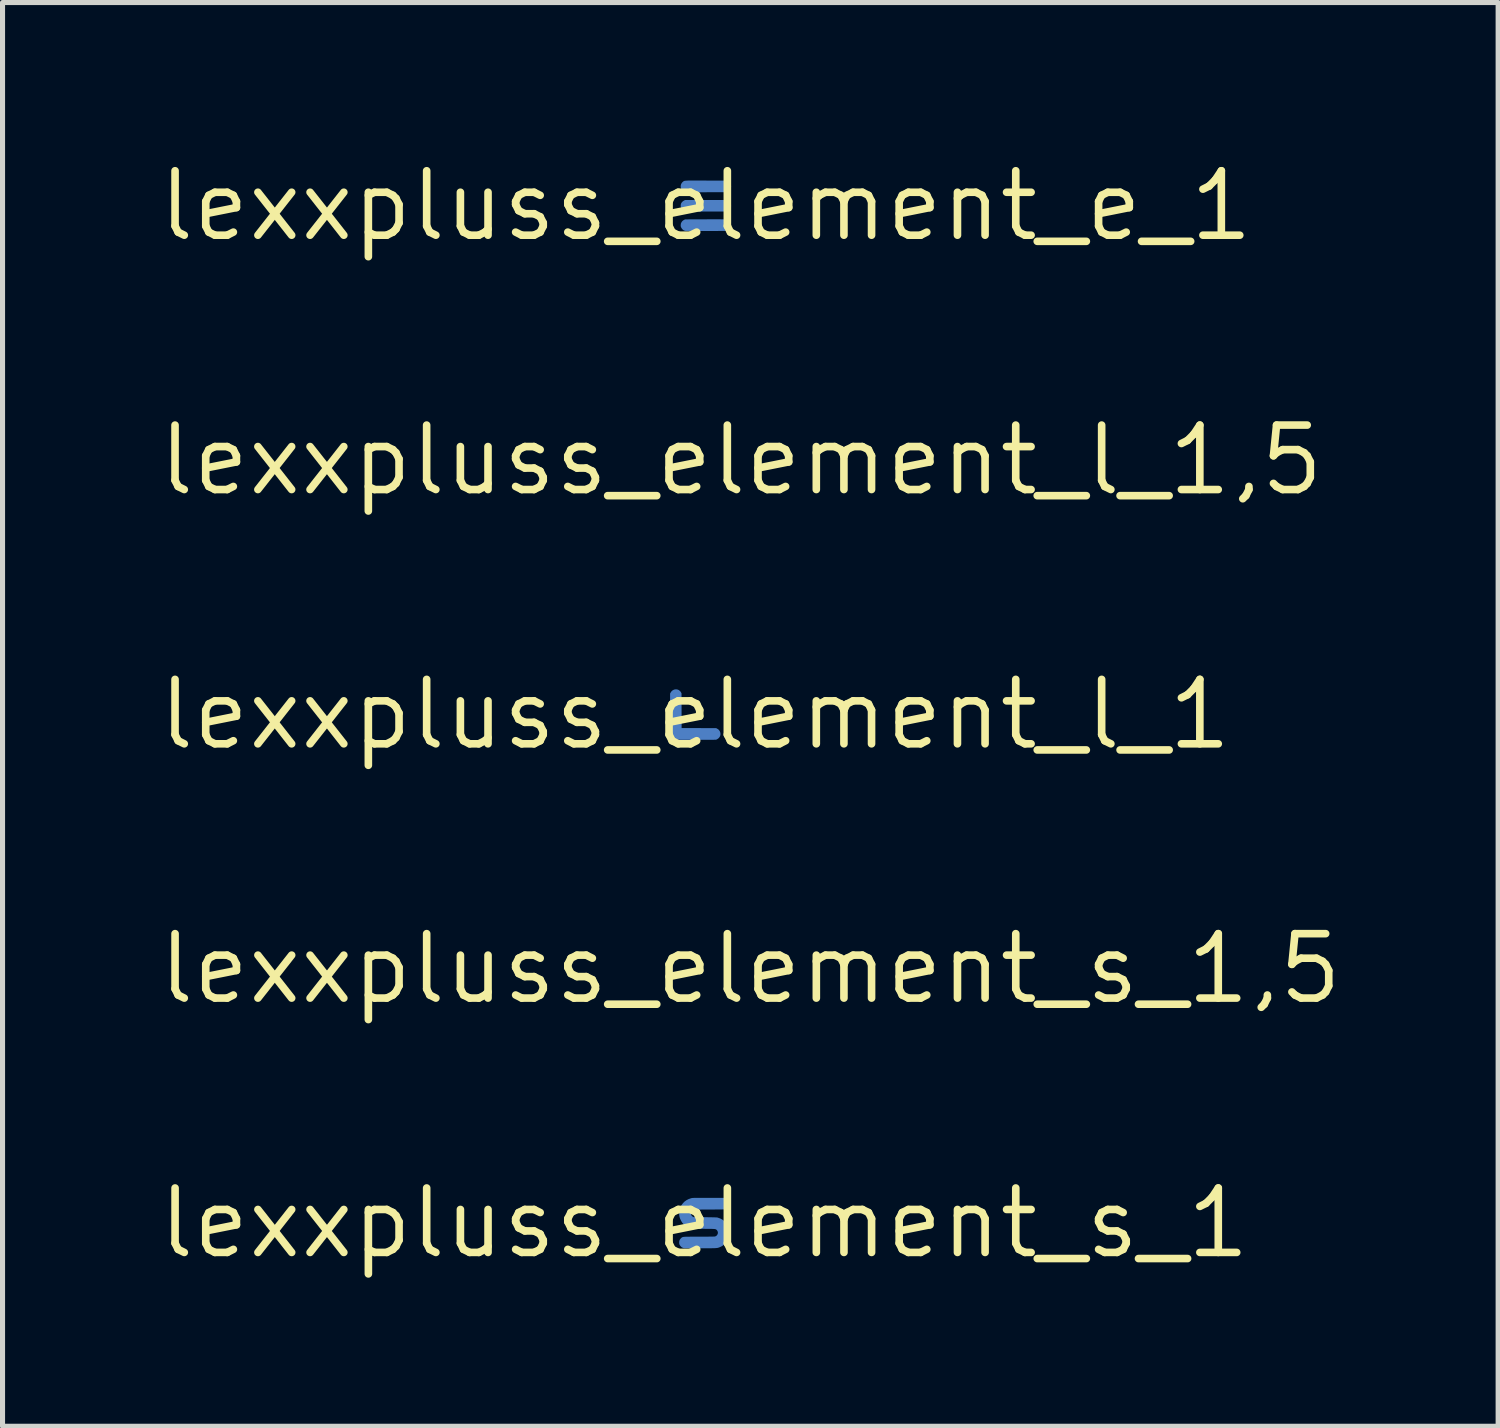
<source format=kicad_pcb>
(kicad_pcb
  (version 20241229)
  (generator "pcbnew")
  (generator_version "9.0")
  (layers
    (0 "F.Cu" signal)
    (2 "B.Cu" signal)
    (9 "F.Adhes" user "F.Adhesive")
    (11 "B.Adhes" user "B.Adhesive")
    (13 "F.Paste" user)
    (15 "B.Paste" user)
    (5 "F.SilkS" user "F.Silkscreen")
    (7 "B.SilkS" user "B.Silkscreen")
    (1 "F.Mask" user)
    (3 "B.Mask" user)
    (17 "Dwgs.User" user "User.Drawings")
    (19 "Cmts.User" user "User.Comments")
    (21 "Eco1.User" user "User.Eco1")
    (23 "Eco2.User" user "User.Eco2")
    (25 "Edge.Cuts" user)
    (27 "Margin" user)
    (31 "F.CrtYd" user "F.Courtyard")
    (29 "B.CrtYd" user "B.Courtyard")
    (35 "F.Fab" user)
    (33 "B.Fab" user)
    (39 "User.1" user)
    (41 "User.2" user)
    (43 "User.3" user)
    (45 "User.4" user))
  (footprint "lexxpluss_element_l_1,5"
    (layer "F.Cu")
    (at 11.558 6.019)
    (property "Reference" "lexxpluss_element_l_1,5" (at 0 0 0) (layer "F.SilkS") (effects (font (size 1.27 1.27) (thickness 0.15))))
    (attr board_only exclude_from_pos_files exclude_from_bom)
    (fp_poly (pts (xy -0.313 -0.741) (xy -0.247 -0.741) (xy -0.172 -0.741) (xy -0.087 -0.741) (xy 0.009 -0.741) (xy 0.01 -0.741) (xy 0.623 -0.739) (xy 0.651 -0.724) (xy 0.686 -0.7) (xy 0.716 -0.667) (xy 0.732 -0.642) (xy 0.741 -0.615) (xy 0.745 -0.581) (xy 0.744 -0.547) (xy 0.738 -0.514) (xy 0.731 -0.496) (xy 0.709 -0.461) (xy 0.679 -0.432) (xy 0.652 -0.414) (xy 0.628 -0.401) (xy 0.115 -0.4) (xy -0.398 -0.398) (xy -0.4 0.109) (xy -0.401 0.617) (xy -0.416 0.648) (xy -0.439 0.685) (xy -0.469 0.715) (xy -0.501 0.734) (xy -0.532 0.745) (xy -0.566 0.75) (xy -0.598 0.749) (xy -0.61 0.747) (xy -0.652 0.731) (xy -0.687 0.706) (xy -0.716 0.673) (xy -0.73 0.648) (xy -0.745 0.617) (xy -0.745 0.003) (xy -0.745 -0.612) (xy -0.729 -0.643) (xy -0.706 -0.678) (xy -0.675 -0.707) (xy -0.639 -0.728) (xy -0.633 -0.731) (xy -0.628 -0.732) (xy -0.623 -0.734) (xy -0.617 -0.735) (xy -0.609 -0.737) (xy -0.6 -0.738) (xy -0.588 -0.739) (xy -0.572 -0.739) (xy -0.552 -0.74) (xy -0.528 -0.74) (xy -0.498 -0.741) (xy -0.462 -0.741) (xy -0.42 -0.741) (xy -0.37 -0.741)) (stroke (width 0) (type solid)) (fill yes) (layer "In2.Cu")))
  (footprint "lexxpluss_element_l_1"
    (layer "F.Cu")
    (at 10.651 11.031)
    (property "Reference" "lexxpluss_element_l_1" (at 0 0 0) (layer "F.SilkS") (effects (font (size 1.27 1.27) (thickness 0.15))))
    (attr board_only exclude_from_pos_files exclude_from_bom)
    (fp_poly (pts (xy -0.35 -0.491) (xy -0.326 -0.482) (xy -0.305 -0.467) (xy -0.286 -0.447) (xy -0.279 -0.435) (xy -0.268 -0.415) (xy -0.267 -0.073) (xy -0.266 0.269) (xy 0.075 0.27) (xy 0.415 0.271) (xy 0.432 0.28) (xy 0.455 0.294) (xy 0.472 0.31) (xy 0.486 0.332) (xy 0.488 0.335) (xy 0.497 0.362) (xy 0.5 0.389) (xy 0.496 0.416) (xy 0.491 0.43) (xy 0.479 0.45) (xy 0.463 0.469) (xy 0.443 0.484) (xy 0.43 0.492) (xy 0.411 0.5) (xy 0.011 0.501) (xy -0.054 0.501) (xy -0.111 0.501) (xy -0.162 0.501) (xy -0.207 0.501) (xy -0.246 0.501) (xy -0.28 0.501) (xy -0.309 0.5) (xy -0.333 0.5) (xy -0.353 0.5) (xy -0.369 0.499) (xy -0.382 0.499) (xy -0.393 0.498) (xy -0.4 0.498) (xy -0.406 0.497) (xy -0.409 0.496) (xy -0.436 0.485) (xy -0.459 0.469) (xy -0.477 0.447) (xy -0.487 0.425) (xy -0.488 0.422) (xy -0.489 0.418) (xy -0.49 0.414) (xy -0.491 0.409) (xy -0.492 0.402) (xy -0.492 0.394) (xy -0.493 0.383) (xy -0.493 0.369) (xy -0.494 0.353) (xy -0.494 0.332) (xy -0.494 0.307) (xy -0.494 0.278) (xy -0.494 0.245) (xy -0.494 0.205) (xy -0.494 0.16) (xy -0.494 0.109) (xy -0.494 0.052) (xy -0.494 -0.003) (xy -0.493 -0.411) (xy -0.484 -0.428) (xy -0.468 -0.452) (xy -0.448 -0.471) (xy -0.425 -0.484) (xy -0.401 -0.492) (xy -0.375 -0.494)) (stroke (width 0) (type solid)) (fill yes) (layer "B.Cu")))
  (footprint "lexxpluss_element_e_1"
    (layer "F.Cu")
    (at 10.863 1.006)
    (property "Reference" "lexxpluss_element_e_1" (at 0 0 0) (layer "F.SilkS") (effects (font (size 1.27 1.27) (thickness 0.15))))
    (attr board_only exclude_from_pos_files exclude_from_bom)
    (fp_poly (pts (xy 0.244 0.266) (xy 0.277 0.266) (xy 0.306 0.267) (xy 0.33 0.267) (xy 0.35 0.267) (xy 0.366 0.267) (xy 0.379 0.268) (xy 0.39 0.268) (xy 0.398 0.269) (xy 0.404 0.27) (xy 0.409 0.271) (xy 0.411 0.271) (xy 0.437 0.281) (xy 0.459 0.296) (xy 0.476 0.315) (xy 0.488 0.337) (xy 0.495 0.36) (xy 0.498 0.385) (xy 0.494 0.409) (xy 0.486 0.433) (xy 0.473 0.454) (xy 0.453 0.473) (xy 0.432 0.486) (xy 0.411 0.496) (xy 0.007 0.497) (xy -0.047 0.497) (xy -0.099 0.497) (xy -0.149 0.497) (xy -0.196 0.497) (xy -0.239 0.497) (xy -0.279 0.497) (xy -0.314 0.496) (xy -0.345 0.496) (xy -0.37 0.496) (xy -0.389 0.496) (xy -0.402 0.495) (xy -0.408 0.495) (xy -0.408 0.495) (xy -0.435 0.485) (xy -0.458 0.468) (xy -0.476 0.446) (xy -0.484 0.433) (xy -0.491 0.418) (xy -0.495 0.405) (xy -0.496 0.391) (xy -0.496 0.382) (xy -0.493 0.353) (xy -0.482 0.327) (xy -0.466 0.304) (xy -0.444 0.286) (xy -0.428 0.277) (xy -0.408 0.268) (xy -0.01 0.267) (xy 0.054 0.266) (xy 0.111 0.266) (xy 0.161 0.266) (xy 0.206 0.266)) (stroke (width 0) (type solid)) (fill yes) (layer "B.Cu"))
    (fp_poly (pts (xy -0.184 -0.498) (xy -0.135 -0.498) (xy -0.079 -0.498) (xy -0.017 -0.497) (xy 0.008 -0.497) (xy 0.411 -0.496) (xy 0.429 -0.488) (xy 0.45 -0.476) (xy 0.469 -0.458) (xy 0.483 -0.439) (xy 0.488 -0.431) (xy 0.495 -0.406) (xy 0.497 -0.38) (xy 0.494 -0.353) (xy 0.486 -0.331) (xy 0.472 -0.31) (xy 0.453 -0.292) (xy 0.429 -0.277) (xy 0.428 -0.277) (xy 0.408 -0.268) (xy 0.009 -0.267) (xy -0.045 -0.267) (xy -0.097 -0.267) (xy -0.146 -0.267) (xy -0.193 -0.267) (xy -0.237 -0.267) (xy -0.276 -0.267) (xy -0.312 -0.268) (xy -0.342 -0.268) (xy -0.367 -0.268) (xy -0.386 -0.269) (xy -0.399 -0.269) (xy -0.405 -0.269) (xy -0.405 -0.269) (xy -0.431 -0.278) (xy -0.454 -0.293) (xy -0.473 -0.313) (xy -0.487 -0.337) (xy -0.496 -0.364) (xy -0.496 -0.369) (xy -0.496 -0.393) (xy -0.491 -0.418) (xy -0.48 -0.442) (xy -0.464 -0.463) (xy -0.449 -0.476) (xy -0.445 -0.48) (xy -0.44 -0.483) (xy -0.436 -0.485) (xy -0.431 -0.488) (xy -0.426 -0.49) (xy -0.419 -0.491) (xy -0.41 -0.493) (xy -0.399 -0.494) (xy -0.386 -0.495) (xy -0.37 -0.496) (xy -0.35 -0.497) (xy -0.326 -0.497) (xy -0.298 -0.497) (xy -0.265 -0.498) (xy -0.228 -0.498)) (stroke (width 0) (type solid)) (fill yes) (layer "B.Cu"))
    (fp_poly (pts (xy 0.062 -0.114) (xy 0.119 -0.114) (xy 0.169 -0.114) (xy 0.213 -0.114) (xy 0.251 -0.114) (xy 0.284 -0.114) (xy 0.313 -0.114) (xy 0.336 -0.114) (xy 0.356 -0.113) (xy 0.372 -0.113) (xy 0.386 -0.113) (xy 0.396 -0.112) (xy 0.404 -0.111) (xy 0.411 -0.111) (xy 0.416 -0.11) (xy 0.42 -0.109) (xy 0.423 -0.108) (xy 0.425 -0.107) (xy 0.447 -0.095) (xy 0.467 -0.078) (xy 0.483 -0.056) (xy 0.486 -0.051) (xy 0.491 -0.04) (xy 0.494 -0.029) (xy 0.496 -0.017) (xy 0.496 -0.001) (xy 0.496 0) (xy 0.496 0.017) (xy 0.494 0.029) (xy 0.491 0.039) (xy 0.486 0.05) (xy 0.486 0.05) (xy 0.474 0.069) (xy 0.457 0.086) (xy 0.438 0.1) (xy 0.42 0.109) (xy 0.42 0.109) (xy 0.416 0.11) (xy 0.411 0.111) (xy 0.404 0.111) (xy 0.395 0.112) (xy 0.383 0.112) (xy 0.368 0.113) (xy 0.349 0.113) (xy 0.327 0.113) (xy 0.3 0.114) (xy 0.269 0.114) (xy 0.232 0.114) (xy 0.19 0.114) (xy 0.142 0.114) (xy 0.088 0.114) (xy 0.027 0.114) (xy -0.002 0.114) (xy -0.056 0.114) (xy -0.108 0.114) (xy -0.157 0.114) (xy -0.204 0.114) (xy -0.247 0.113) (xy -0.287 0.113) (xy -0.322 0.113) (xy -0.352 0.112) (xy -0.376 0.112) (xy -0.395 0.112) (xy -0.408 0.111) (xy -0.413 0.111) (xy -0.413 0.111) (xy -0.439 0.099) (xy -0.462 0.082) (xy -0.48 0.06) (xy -0.488 0.045) (xy -0.494 0.025) (xy -0.496 0.002) (xy -0.495 -0.021) (xy -0.49 -0.042) (xy -0.488 -0.045) (xy -0.474 -0.069) (xy -0.453 -0.089) (xy -0.43 -0.104) (xy -0.408 -0.114) (xy -0.001 -0.114)) (stroke (width 0) (type solid)) (fill yes) (layer "B.Cu")))
  (footprint "lexxpluss_element_s_1"
    (layer "F.Cu")
    (at 10.833 21.056)
    (property "Reference" "lexxpluss_element_s_1" (at 0 0 0) (layer "F.SilkS") (effects (font (size 1.27 1.27) (thickness 0.15))))
    (attr board_only exclude_from_pos_files exclude_from_bom)
    (fp_poly (pts (xy 0.428 -0.487) (xy 0.453 -0.472) (xy 0.472 -0.455) (xy 0.486 -0.433) (xy 0.486 -0.432) (xy 0.492 -0.42) (xy 0.495 -0.408) (xy 0.496 -0.395) (xy 0.496 -0.382) (xy 0.496 -0.365) (xy 0.494 -0.352) (xy 0.49 -0.341) (xy 0.486 -0.332) (xy 0.47 -0.308) (xy 0.449 -0.288) (xy 0.429 -0.275) (xy 0.425 -0.274) (xy 0.422 -0.273) (xy 0.418 -0.272) (xy 0.413 -0.271) (xy 0.406 -0.27) (xy 0.398 -0.269) (xy 0.386 -0.269) (xy 0.372 -0.268) (xy 0.354 -0.268) (xy 0.332 -0.267) (xy 0.305 -0.267) (xy 0.274 -0.267) (xy 0.236 -0.267) (xy 0.193 -0.266) (xy 0.144 -0.266) (xy 0.097 -0.266) (xy -0.217 -0.264) (xy -0.233 -0.253) (xy -0.25 -0.237) (xy -0.261 -0.217) (xy -0.265 -0.195) (xy -0.265 -0.186) (xy -0.26 -0.163) (xy -0.25 -0.144) (xy -0.233 -0.128) (xy -0.228 -0.125) (xy -0.212 -0.116) (xy 0.017 -0.114) (xy 0.064 -0.114) (xy 0.105 -0.113) (xy 0.139 -0.113) (xy 0.168 -0.112) (xy 0.192 -0.112) (xy 0.211 -0.111) (xy 0.227 -0.111) (xy 0.239 -0.11) (xy 0.249 -0.109) (xy 0.256 -0.108) (xy 0.262 -0.107) (xy 0.267 -0.106) (xy 0.268 -0.105) (xy 0.315 -0.088) (xy 0.358 -0.065) (xy 0.395 -0.037) (xy 0.428 -0.003) (xy 0.455 0.035) (xy 0.476 0.078) (xy 0.489 0.118) (xy 0.494 0.14) (xy 0.496 0.167) (xy 0.496 0.197) (xy 0.495 0.226) (xy 0.492 0.253) (xy 0.488 0.271) (xy 0.471 0.317) (xy 0.449 0.358) (xy 0.421 0.395) (xy 0.388 0.427) (xy 0.351 0.454) (xy 0.31 0.474) (xy 0.305 0.476) (xy 0.295 0.48) (xy 0.286 0.483) (xy 0.278 0.486) (xy 0.269 0.489) (xy 0.259 0.491) (xy 0.248 0.492) (xy 0.235 0.494) (xy 0.22 0.495) (xy 0.202 0.496) (xy 0.18 0.497) (xy 0.155 0.497) (xy 0.125 0.498) (xy 0.09 0.498) (xy 0.05 0.498) (xy 0.003 0.498) (xy -0.049 0.498) (xy -0.092 0.498) (xy -0.147 0.498) (xy -0.195 0.498) (xy -0.237 0.498) (xy -0.273 0.498) (xy -0.304 0.498) (xy -0.33 0.497) (xy -0.351 0.497) (xy -0.369 0.497) (xy -0.383 0.496) (xy -0.394 0.496) (xy -0.402 0.495) (xy -0.409 0.494) (xy -0.414 0.493) (xy -0.418 0.492) (xy -0.422 0.491) (xy -0.423 0.49) (xy -0.447 0.478) (xy -0.467 0.459) (xy -0.483 0.437) (xy -0.486 0.433) (xy -0.492 0.419) (xy -0.495 0.406) (xy -0.496 0.391) (xy -0.496 0.384) (xy -0.494 0.356) (xy -0.486 0.333) (xy -0.472 0.313) (xy -0.459 0.299) (xy -0.454 0.294) (xy -0.449 0.289) (xy -0.444 0.286) (xy -0.438 0.282) (xy -0.432 0.279) (xy -0.425 0.277) (xy -0.416 0.275) (xy -0.404 0.273) (xy -0.389 0.272) (xy -0.371 0.271) (xy -0.35 0.27) (xy -0.323 0.27) (xy -0.292 0.27) (xy -0.256 0.269) (xy -0.214 0.269) (xy -0.165 0.269) (xy -0.11 0.269) (xy -0.105 0.269) (xy -0.059 0.269) (xy -0.014 0.269) (xy 0.028 0.269) (xy 0.068 0.269) (xy 0.103 0.268) (xy 0.135 0.268) (xy 0.161 0.268) (xy 0.182 0.267) (xy 0.198 0.267) (xy 0.206 0.266) (xy 0.208 0.266) (xy 0.229 0.258) (xy 0.245 0.245) (xy 0.257 0.228) (xy 0.265 0.209) (xy 0.267 0.188) (xy 0.263 0.168) (xy 0.253 0.149) (xy 0.247 0.141) (xy 0.242 0.136) (xy 0.238 0.132) (xy 0.234 0.129) (xy 0.229 0.126) (xy 0.222 0.123) (xy 0.214 0.121) (xy 0.204 0.119) (xy 0.19 0.118) (xy 0.173 0.117) (xy 0.152 0.116) (xy 0.126 0.116) (xy 0.095 0.115) (xy 0.058 0.115) (xy 0.015 0.115) (xy -0.022 0.114) (xy -0.069 0.114) (xy -0.109 0.114) (xy -0.143 0.113) (xy -0.172 0.113) (xy -0.195 0.112) (xy -0.214 0.112) (xy -0.229 0.111) (xy -0.242 0.111) (xy -0.251 0.11) (xy -0.259 0.109) (xy -0.265 0.108) (xy -0.27 0.106) (xy -0.275 0.105) (xy -0.279 0.104) (xy -0.325 0.085) (xy -0.366 0.06) (xy -0.402 0.03) (xy -0.434 -0.004) (xy -0.459 -0.044) (xy -0.479 -0.087) (xy -0.489 -0.12) (xy -0.493 -0.144) (xy -0.496 -0.172) (xy -0.496 -0.202) (xy -0.494 -0.231) (xy -0.49 -0.257) (xy -0.488 -0.266) (xy -0.472 -0.312) (xy -0.45 -0.353) (xy -0.422 -0.39) (xy -0.39 -0.423) (xy -0.352 -0.45) (xy -0.31 -0.472) (xy -0.265 -0.487) (xy -0.256 -0.49) (xy -0.25 -0.491) (xy -0.244 -0.492) (xy -0.237 -0.493) (xy -0.229 -0.494) (xy -0.218 -0.494) (xy -0.206 -0.495) (xy -0.19 -0.495) (xy -0.17 -0.496) (xy -0.147 -0.496) (xy -0.119 -0.496) (xy -0.086 -0.496) (xy -0.048 -0.496) (xy -0.004 -0.496) (xy 0.047 -0.496) (xy 0.09 -0.496) (xy 0.408 -0.496)) (stroke (width 0) (type solid)) (fill yes) (layer "B.Cu")))
  (footprint "lexxpluss_element_s_1,5"
    (layer "F.Cu")
    (at 11.74 16.043)
    (property "Reference" "lexxpluss_element_s_1,5" (at 0 0 0) (layer "F.SilkS") (effects (font (size 1.27 1.27) (thickness 0.15))))
    (attr board_only exclude_from_pos_files exclude_from_bom)
    (fp_poly (pts (xy 0.642 -0.73) (xy 0.679 -0.709) (xy 0.708 -0.682) (xy 0.729 -0.65) (xy 0.729 -0.649) (xy 0.738 -0.63) (xy 0.742 -0.612) (xy 0.744 -0.592) (xy 0.745 -0.573) (xy 0.744 -0.548) (xy 0.741 -0.528) (xy 0.736 -0.511) (xy 0.729 -0.497) (xy 0.706 -0.462) (xy 0.674 -0.432) (xy 0.643 -0.413) (xy 0.638 -0.411) (xy 0.633 -0.409) (xy 0.627 -0.408) (xy 0.62 -0.406) (xy 0.61 -0.405) (xy 0.597 -0.404) (xy 0.58 -0.403) (xy 0.558 -0.402) (xy 0.531 -0.402) (xy 0.498 -0.401) (xy 0.458 -0.401) (xy 0.41 -0.4) (xy 0.355 -0.4) (xy 0.29 -0.399) (xy 0.215 -0.399) (xy 0.146 -0.399) (xy -0.326 -0.396) (xy -0.349 -0.379) (xy -0.375 -0.355) (xy -0.391 -0.326) (xy -0.398 -0.292) (xy -0.397 -0.279) (xy -0.391 -0.244) (xy -0.375 -0.215) (xy -0.35 -0.193) (xy -0.342 -0.188) (xy -0.318 -0.174) (xy 0.025 -0.171) (xy 0.096 -0.171) (xy 0.157 -0.17) (xy 0.209 -0.169) (xy 0.252 -0.169) (xy 0.288 -0.168) (xy 0.317 -0.167) (xy 0.34 -0.166) (xy 0.359 -0.165) (xy 0.373 -0.164) (xy 0.384 -0.162) (xy 0.393 -0.16) (xy 0.401 -0.158) (xy 0.401 -0.158) (xy 0.472 -0.132) (xy 0.536 -0.097) (xy 0.593 -0.055) (xy 0.641 -0.005) (xy 0.682 0.053) (xy 0.714 0.118) (xy 0.734 0.177) (xy 0.741 0.211) (xy 0.744 0.251) (xy 0.745 0.295) (xy 0.743 0.339) (xy 0.738 0.379) (xy 0.732 0.407) (xy 0.707 0.475) (xy 0.673 0.537) (xy 0.632 0.592) (xy 0.583 0.64) (xy 0.527 0.68) (xy 0.465 0.712) (xy 0.457 0.715) (xy 0.443 0.72) (xy 0.429 0.725) (xy 0.416 0.729) (xy 0.403 0.733) (xy 0.388 0.736) (xy 0.372 0.739) (xy 0.352 0.741) (xy 0.329 0.743) (xy 0.302 0.744) (xy 0.27 0.745) (xy 0.232 0.746) (xy 0.187 0.747) (xy 0.135 0.747) (xy 0.074 0.747) (xy 0.005 0.747) (xy -0.074 0.747) (xy -0.138 0.747) (xy -0.22 0.747) (xy -0.293 0.747) (xy -0.356 0.747) (xy -0.41 0.747) (xy -0.456 0.746) (xy -0.495 0.746) (xy -0.527 0.746) (xy -0.553 0.745) (xy -0.574 0.744) (xy -0.591 0.744) (xy -0.603 0.743) (xy -0.613 0.741) (xy -0.621 0.74) (xy -0.627 0.738) (xy -0.633 0.737) (xy -0.635 0.736) (xy -0.67 0.717) (xy -0.701 0.689) (xy -0.725 0.656) (xy -0.729 0.649) (xy -0.738 0.628) (xy -0.742 0.609) (xy -0.744 0.586) (xy -0.744 0.576) (xy -0.74 0.535) (xy -0.729 0.5) (xy -0.708 0.469) (xy -0.689 0.449) (xy -0.68 0.441) (xy -0.673 0.434) (xy -0.666 0.428) (xy -0.658 0.423) (xy -0.649 0.419) (xy -0.637 0.415) (xy -0.623 0.412) (xy -0.606 0.41) (xy -0.584 0.408) (xy -0.557 0.407) (xy -0.524 0.406) (xy -0.485 0.405) (xy -0.439 0.404) (xy -0.384 0.404) (xy -0.321 0.404) (xy -0.248 0.404) (xy -0.165 0.404) (xy -0.158 0.404) (xy -0.088 0.404) (xy -0.021 0.404) (xy 0.043 0.403) (xy 0.101 0.403) (xy 0.155 0.403) (xy 0.202 0.402) (xy 0.242 0.401) (xy 0.274 0.401) (xy 0.296 0.4) (xy 0.309 0.399) (xy 0.312 0.399) (xy 0.343 0.387) (xy 0.368 0.367) (xy 0.386 0.342) (xy 0.397 0.313) (xy 0.4 0.282) (xy 0.394 0.252) (xy 0.379 0.223) (xy 0.37 0.212) (xy 0.363 0.205) (xy 0.357 0.198) (xy 0.35 0.193) (xy 0.343 0.188) (xy 0.333 0.185) (xy 0.321 0.182) (xy 0.305 0.179) (xy 0.285 0.177) (xy 0.26 0.176) (xy 0.228 0.175) (xy 0.189 0.174) (xy 0.142 0.173) (xy 0.087 0.172) (xy 0.022 0.172) (xy -0.033 0.171) (xy -0.104 0.171) (xy -0.164 0.17) (xy -0.215 0.17) (xy -0.258 0.169) (xy -0.293 0.169) (xy -0.321 0.168) (xy -0.344 0.167) (xy -0.362 0.166) (xy -0.377 0.165) (xy -0.388 0.163) (xy -0.397 0.162) (xy -0.405 0.16) (xy -0.413 0.157) (xy -0.418 0.156) (xy -0.487 0.127) (xy -0.549 0.09) (xy -0.604 0.046) (xy -0.65 -0.007) (xy -0.689 -0.066) (xy -0.719 -0.131) (xy -0.734 -0.18) (xy -0.74 -0.215) (xy -0.744 -0.257) (xy -0.744 -0.303) (xy -0.741 -0.347) (xy -0.735 -0.386) (xy -0.732 -0.399) (xy -0.708 -0.467) (xy -0.675 -0.53) (xy -0.634 -0.586) (xy -0.585 -0.634) (xy -0.528 -0.675) (xy -0.465 -0.708) (xy -0.397 -0.731) (xy -0.383 -0.735) (xy -0.375 -0.736) (xy -0.366 -0.738) (xy -0.356 -0.739) (xy -0.343 -0.74) (xy -0.328 -0.741) (xy -0.308 -0.742) (xy -0.285 -0.743) (xy -0.256 -0.743) (xy -0.22 -0.744) (xy -0.179 -0.744) (xy -0.129 -0.744) (xy -0.072 -0.744) (xy -0.005 -0.745) (xy 0.071 -0.745) (xy 0.136 -0.745) (xy 0.612 -0.745)) (stroke (width 0) (type solid)) (fill yes) (layer "In2.Cu")))
  (gr_rect
    (start -3 -3)
    (end 26.479 25.062)
    (stroke (width 0.1) (type default))
    (fill no)
    (layer "Edge.Cuts")))
</source>
